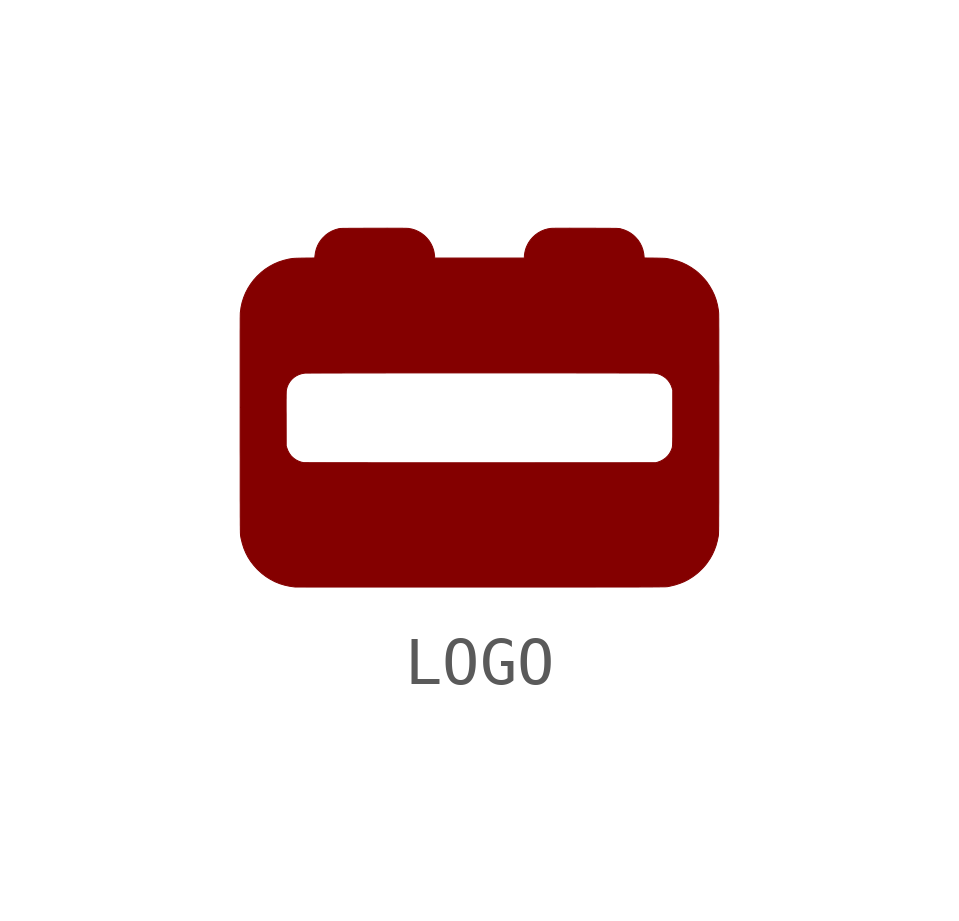
<source format=kicad_sym>
(kicad_symbol_lib
  (version 20220914)
  (generator "bitmap2component")
  (generator_version "8.0")
  (symbol "LOGO"
    (pin_names
      (offset 1.016))
    (property "Reference" "#G"
      (at 0 3.117 0)
      (effects (font (size 1.27 1.27)) hide))
    (symbol "LOGO_0_0"
      (polyline (pts (xy -0.356 -3.74) (xy -0.169 -3.74) (xy 0.021 -3.74) (xy 0.129 -3.74) (xy 0.353 -3.74) (xy 0.568 -3.74) (xy 0.774 -3.74) (xy 0.972 -3.74) (xy 1.161 -3.74) (xy 1.341 -3.74) (xy 1.514 -3.74) (xy 1.678 -3.74) (xy 1.835 -3.74) (xy 1.984 -3.74) (xy 2.126 -3.74) (xy 2.261 -3.74) (xy 2.388 -3.74) (xy 2.509 -3.739) (xy 2.623 -3.739) (xy 2.731 -3.739) (xy 2.833 -3.739) (xy 2.929 -3.739) (xy 3.018 -3.739) (xy 3.102 -3.739) (xy 3.181 -3.739) (xy 3.254 -3.739) (xy 3.322 -3.739) (xy 3.385 -3.738) (xy 3.444 -3.738) (xy 3.498 -3.738) (xy 3.548 -3.738) (xy 3.593 -3.738) (xy 3.635 -3.737) (xy 3.673 -3.737) (xy 3.707 -3.737) (xy 3.738 -3.737) (xy 3.765 -3.736) (xy 3.79 -3.736) (xy 3.812 -3.736) (xy 3.831 -3.736) (xy 3.848 -3.735) (xy 3.862 -3.735) (xy 3.874 -3.735) (xy 3.885 -3.734) (xy 3.894 -3.734) (xy 3.901 -3.733) (xy 3.907 -3.733) (xy 3.912 -3.732) (xy 3.916 -3.732) (xy 3.919 -3.732) (xy 3.975 -3.721) (xy 4.079 -3.696) (xy 4.178 -3.664) (xy 4.272 -3.626) (xy 4.361 -3.579) (xy 4.447 -3.525) (xy 4.531 -3.462) (xy 4.55 -3.446) (xy 4.58 -3.419) (xy 4.612 -3.388) (xy 4.645 -3.356) (xy 4.676 -3.323) (xy 4.703 -3.292) (xy 4.725 -3.265) (xy 4.749 -3.233) (xy 4.807 -3.148) (xy 4.856 -3.061) (xy 4.897 -2.971) (xy 4.932 -2.876) (xy 4.959 -2.776) (xy 4.981 -2.67) (xy 4.981 -2.668) (xy 4.981 -2.664) (xy 4.982 -2.659) (xy 4.983 -2.652) (xy 4.983 -2.644) (xy 4.984 -2.635) (xy 4.984 -2.623) (xy 4.984 -2.61) (xy 4.985 -2.594) (xy 4.985 -2.575) (xy 4.986 -2.554) (xy 4.986 -2.529) (xy 4.986 -2.501) (xy 4.987 -2.469) (xy 4.987 -2.434) (xy 4.987 -2.394) (xy 4.987 -2.35) (xy 4.987 -2.301) (xy 4.988 -2.248) (xy 4.988 -2.189) (xy 4.988 -2.125) (xy 4.988 -2.055) (xy 4.989 -1.979) (xy 4.989 -1.897) (xy 4.989 -1.809) (xy 4.989 -1.715) (xy 4.989 -1.613) (xy 4.989 -1.504) (xy 4.989 -1.388) (xy 4.989 -1.264) (xy 4.989 -1.133) (xy 4.99 -0.993) (xy 4.99 -0.845) (xy 4.99 -0.689) (xy 4.99 -0.523) (xy 4.99 -0.348) (xy 4.99 -0.243) (xy 4.99 -0.058) (xy 4.99 0.117) (xy 4.99 0.283) (xy 4.99 0.441) (xy 4.991 0.59) (xy 4.991 0.73) (xy 4.991 0.862) (xy 4.99 0.986) (xy 4.99 1.101) (xy 4.99 1.209) (xy 4.99 1.309) (xy 4.99 1.402) (xy 4.99 1.487) (xy 4.99 1.565) (xy 4.99 1.635) (xy 4.989 1.699) (xy 4.989 1.756) (xy 4.989 1.806) (xy 4.989 1.85) (xy 4.988 1.887) (xy 4.988 1.918) (xy 4.988 1.943) (xy 4.987 1.962) (xy 4.987 1.976) (xy 4.986 1.983) (xy 4.981 2.035) (xy 4.962 2.141) (xy 4.935 2.244) (xy 4.899 2.344) (xy 4.853 2.441) (xy 4.799 2.535) (xy 4.737 2.627) (xy 4.727 2.639) (xy 4.698 2.674) (xy 4.664 2.711) (xy 4.628 2.749) (xy 4.591 2.785) (xy 4.556 2.818) (xy 4.523 2.845) (xy 4.504 2.86) (xy 4.414 2.923) (xy 4.321 2.977) (xy 4.224 3.023) (xy 4.124 3.06) (xy 4.019 3.088) (xy 3.91 3.109) (xy 3.909 3.109) (xy 3.893 3.111) (xy 3.873 3.113) (xy 3.85 3.114) (xy 3.822 3.115) (xy 3.789 3.116) (xy 3.749 3.117) (xy 3.701 3.118) (xy 3.646 3.119) (xy 3.434 3.121) (xy 3.431 3.159) (xy 3.424 3.217) (xy 3.407 3.292) (xy 3.382 3.363) (xy 3.349 3.429) (xy 3.308 3.492) (xy 3.257 3.55) (xy 3.212 3.594) (xy 3.152 3.639) (xy 3.088 3.676) (xy 3.018 3.706) (xy 2.942 3.729) (xy 2.938 3.731) (xy 2.932 3.732) (xy 2.926 3.733) (xy 2.919 3.734) (xy 2.911 3.735) (xy 2.901 3.736) (xy 2.889 3.736) (xy 2.874 3.737) (xy 2.856 3.738) (xy 2.834 3.738) (xy 2.808 3.739) (xy 2.777 3.739) (xy 2.741 3.739) (xy 2.699 3.74) (xy 2.652 3.74) (xy 2.598 3.74) (xy 2.537 3.74) (xy 2.468 3.74) (xy 2.391 3.741) (xy 2.306 3.741) (xy 2.213 3.741) (xy 2.156 3.741) (xy 2.056 3.741) (xy 1.965 3.741) (xy 1.882 3.742) (xy 1.808 3.741) (xy 1.743 3.741) (xy 1.685 3.741) (xy 1.635 3.741) (xy 1.592 3.741) (xy 1.556 3.74) (xy 1.527 3.74) (xy 1.505 3.739) (xy 1.489 3.738) (xy 1.479 3.737) (xy 1.425 3.728) (xy 1.353 3.708) (xy 1.286 3.68) (xy 1.222 3.644) (xy 1.163 3.601) (xy 1.109 3.551) (xy 1.061 3.495) (xy 1.02 3.434) (xy 0.987 3.368) (xy 0.972 3.332) (xy 0.957 3.284) (xy 0.946 3.235) (xy 0.938 3.188) (xy 0.936 3.147) (xy 0.936 3.12) (xy 0 3.12) (xy -0.935 3.12) (xy -0.935 3.147) (xy -0.936 3.166) (xy -0.94 3.195) (xy -0.945 3.228) (xy -0.951 3.261) (xy -0.959 3.291) (xy -0.982 3.358) (xy -1.014 3.423) (xy -1.053 3.485) (xy -1.099 3.54) (xy -1.151 3.591) (xy -1.209 3.635) (xy -1.271 3.672) (xy -1.337 3.702) (xy -1.407 3.724) (xy -1.479 3.737) (xy -1.484 3.738) (xy -1.497 3.739) (xy -1.516 3.739) (xy -1.542 3.74) (xy -1.574 3.74) (xy -1.614 3.741) (xy -1.66 3.741) (xy -1.714 3.741) (xy -1.777 3.741) (xy -1.847 3.741) (xy -1.925 3.742) (xy -2.012 3.741) (xy -2.108 3.741) (xy -2.212 3.741) (xy -2.296 3.741) (xy -2.381 3.741) (xy -2.459 3.74) (xy -2.529 3.74) (xy -2.591 3.74) (xy -2.645 3.74) (xy -2.694 3.74) (xy -2.736 3.739) (xy -2.773 3.739) (xy -2.804 3.739) (xy -2.831 3.738) (xy -2.853 3.738) (xy -2.872 3.737) (xy -2.887 3.737) (xy -2.9 3.736) (xy -2.91 3.735) (xy -2.918 3.734) (xy -2.925 3.733) (xy -2.931 3.732) (xy -2.937 3.731) (xy -2.942 3.729) (xy -3.006 3.711) (xy -3.077 3.682) (xy -3.142 3.646) (xy -3.202 3.602) (xy -3.257 3.55) (xy -3.295 3.508) (xy -3.339 3.446) (xy -3.374 3.381) (xy -3.401 3.312) (xy -3.42 3.238) (xy -3.431 3.159) (xy -3.434 3.121) (xy -3.646 3.119) (xy -3.65 3.119) (xy -3.705 3.118) (xy -3.752 3.117) (xy -3.792 3.116) (xy -3.825 3.115) (xy -3.852 3.114) (xy -3.875 3.112) (xy -3.894 3.111) (xy -3.91 3.109) (xy -3.976 3.098) (xy -4.082 3.072) (xy -4.184 3.039) (xy -4.282 2.997) (xy -4.375 2.947) (xy -4.465 2.889) (xy -4.55 2.822) (xy -4.631 2.746) (xy -4.635 2.743) (xy -4.707 2.663) (xy -4.771 2.578) (xy -4.828 2.488) (xy -4.877 2.394) (xy -4.917 2.296) (xy -4.949 2.195) (xy -4.972 2.09) (xy -4.986 1.983) (xy -4.987 1.979) (xy -4.987 1.968) (xy -4.987 1.951) (xy -4.988 1.929) (xy -4.988 1.9) (xy -4.989 1.866) (xy -4.989 1.825) (xy -4.989 1.777) (xy -4.989 1.724) (xy -4.989 1.663) (xy -4.99 1.595) (xy -4.99 1.521) (xy -4.99 1.439) (xy -4.99 1.35) (xy -4.99 1.253) (xy -4.99 1.149) (xy -4.99 1.037) (xy -4.99 0.917) (xy -4.99 0.789) (xy -4.99 0.652) (xy -4.99 0.508) (xy -4.99 0.354) (xy -4.99 0.192) (xy -4.99 0.021) (xy -4.99 0.007) (xy -4.032 0.007) (xy -4.032 0.066) (xy -4.032 0.118) (xy -4.032 0.163) (xy -4.031 0.202) (xy -4.031 0.235) (xy -4.031 0.264) (xy -4.03 0.288) (xy -4.03 0.308) (xy -4.029 0.324) (xy -4.029 0.338) (xy -4.028 0.349) (xy -4.027 0.358) (xy -4.026 0.366) (xy -4.025 0.373) (xy -4.024 0.38) (xy -4.009 0.435) (xy -3.985 0.491) (xy -3.953 0.543) (xy -3.915 0.589) (xy -3.87 0.63) (xy -3.821 0.663) (xy -3.766 0.69) (xy -3.707 0.709) (xy -3.644 0.72) (xy -3.642 0.72) (xy -3.63 0.721) (xy -3.609 0.721) (xy -3.58 0.721) (xy -3.542 0.721) (xy -3.496 0.722) (xy -3.442 0.722) (xy -3.381 0.722) (xy -3.313 0.722) (xy -3.237 0.723) (xy -3.155 0.723) (xy -3.066 0.723) (xy -2.971 0.723) (xy -2.87 0.723) (xy -2.764 0.724) (xy -2.652 0.724) (xy -2.535 0.724) (xy -2.413 0.724) (xy -2.287 0.724) (xy -2.157 0.724) (xy -2.023 0.724) (xy -1.885 0.725) (xy -1.743 0.725) (xy -1.599 0.725) (xy -1.451 0.725) (xy -1.301 0.725) (xy -1.149 0.725) (xy -0.995 0.725) (xy -0.839 0.725) (xy -0.681 0.725) (xy -0.523 0.725) (xy -0.363 0.725) (xy -0.203 0.725) (xy -0.043 0.725) (xy 0.118 0.725) (xy 0.279 0.725) (xy 0.438 0.725) (xy 0.598 0.725) (xy 0.756 0.725) (xy 0.912 0.725) (xy 1.068 0.725) (xy 1.221 0.725) (xy 1.372 0.725) (xy 1.521 0.725) (xy 1.667 0.725) (xy 1.81 0.725) (xy 1.95 0.725) (xy 2.086 0.724) (xy 2.219 0.724) (xy 2.347 0.724) (xy 2.471 0.724) (xy 2.591 0.724) (xy 2.705 0.724) (xy 2.815 0.724) (xy 2.918 0.723) (xy 3.017 0.723) (xy 3.108 0.723) (xy 3.194 0.723) (xy 3.273 0.723) (xy 3.346 0.722) (xy 3.411 0.722) (xy 3.469 0.722) (xy 3.519 0.722) (xy 3.561 0.721) (xy 3.595 0.721) (xy 3.62 0.721) (xy 3.636 0.721) (xy 3.644 0.72) (xy 3.674 0.716) (xy 3.711 0.709) (xy 3.746 0.698) (xy 3.783 0.683) (xy 3.837 0.653) (xy 3.887 0.616) (xy 3.93 0.572) (xy 3.967 0.522) (xy 3.997 0.466) (xy 4.019 0.404) (xy 4.03 0.367) (xy 4.03 -0.213) (xy 4.03 -0.297) (xy 4.03 -0.376) (xy 4.03 -0.446) (xy 4.03 -0.508) (xy 4.03 -0.563) (xy 4.03 -0.611) (xy 4.029 -0.653) (xy 4.029 -0.689) (xy 4.028 -0.72) (xy 4.027 -0.747) (xy 4.027 -0.769) (xy 4.025 -0.788) (xy 4.024 -0.804) (xy 4.022 -0.817) (xy 4.02 -0.828) (xy 4.018 -0.838) (xy 4.015 -0.847) (xy 4.012 -0.855) (xy 4.009 -0.864) (xy 4.005 -0.873) (xy 4.001 -0.883) (xy 3.991 -0.906) (xy 3.961 -0.96) (xy 3.923 -1.008) (xy 3.879 -1.05) (xy 3.828 -1.086) (xy 3.772 -1.116) (xy 3.712 -1.138) (xy 3.674 -1.148) (xy 0.016 -1.149) (xy -0.07 -1.149) (xy -0.254 -1.149) (xy -0.435 -1.149) (xy -0.614 -1.149) (xy -0.79 -1.149) (xy -0.963 -1.149) (xy -1.133 -1.149) (xy -1.3 -1.149) (xy -1.462 -1.149) (xy -1.621 -1.149) (xy -1.776 -1.149) (xy -1.926 -1.149) (xy -2.072 -1.149) (xy -2.212 -1.149) (xy -2.348 -1.148) (xy -2.479 -1.148) (xy -2.603 -1.148) (xy -2.723 -1.148) (xy -2.836 -1.148) (xy -2.943 -1.148) (xy -3.044 -1.148) (xy -3.138 -1.148) (xy -3.225 -1.147) (xy -3.305 -1.147) (xy -3.378 -1.147) (xy -3.443 -1.147) (xy -3.5 -1.147) (xy -3.55 -1.147) (xy -3.591 -1.146) (xy -3.623 -1.146) (xy -3.647 -1.146) (xy -3.663 -1.146) (xy -3.669 -1.146) (xy -3.719 -1.135) (xy -3.773 -1.115) (xy -3.825 -1.089) (xy -3.872 -1.056) (xy -3.913 -1.019) (xy -3.926 -1.006) (xy -3.963 -0.956) (xy -3.993 -0.901) (xy -4.017 -0.839) (xy -4.03 -0.797) (xy -4.031 -0.23) (xy -4.031 -0.218) (xy -4.031 -0.135) (xy -4.032 -0.06) (xy -4.032 0.007) (xy -4.99 0.007) (xy -4.99 -0.159) (xy -4.99 -0.348) (xy -4.99 -0.424) (xy -4.99 -0.595) (xy -4.99 -0.757) (xy -4.99 -0.91) (xy -4.989 -1.054) (xy -4.989 -1.19) (xy -4.989 -1.318) (xy -4.989 -1.439) (xy -4.989 -1.552) (xy -4.989 -1.657) (xy -4.989 -1.756) (xy -4.989 -1.848) (xy -4.989 -1.933) (xy -4.988 -2.012) (xy -4.988 -2.085) (xy -4.988 -2.153) (xy -4.988 -2.215) (xy -4.988 -2.271) (xy -4.987 -2.322) (xy -4.987 -2.369) (xy -4.987 -2.411) (xy -4.987 -2.449) (xy -4.986 -2.483) (xy -4.986 -2.513) (xy -4.986 -2.54) (xy -4.985 -2.563) (xy -4.985 -2.583) (xy -4.985 -2.601) (xy -4.984 -2.616) (xy -4.984 -2.628) (xy -4.983 -2.639) (xy -4.983 -2.648) (xy -4.982 -2.655) (xy -4.982 -2.661) (xy -4.981 -2.666) (xy -4.981 -2.67) (xy -4.971 -2.724) (xy -4.945 -2.83) (xy -4.913 -2.931) (xy -4.873 -3.027) (xy -4.826 -3.117) (xy -4.771 -3.203) (xy -4.707 -3.286) (xy -4.636 -3.365) (xy -4.614 -3.386) (xy -4.534 -3.459) (xy -4.448 -3.524) (xy -4.357 -3.581) (xy -4.263 -3.63) (xy -4.164 -3.67) (xy -4.062 -3.701) (xy -3.956 -3.724) (xy -3.847 -3.739) (xy -3.847 -3.739) (xy -3.838 -3.739) (xy -3.821 -3.739) (xy -3.794 -3.739) (xy -3.759 -3.739) (xy -3.716 -3.739) (xy -3.664 -3.739) (xy -3.605 -3.74) (xy -3.537 -3.74) (xy -3.462 -3.74) (xy -3.38 -3.74) (xy -3.291 -3.74) (xy -3.195 -3.74) (xy -3.092 -3.74) (xy -2.983 -3.74) (xy -2.868 -3.74) (xy -2.746 -3.74) (xy -2.619 -3.74) (xy -2.486 -3.74) (xy -2.348 -3.74) (xy -2.205 -3.74) (xy -2.057 -3.74) (xy -1.904 -3.74) (xy -1.747 -3.74) (xy -1.586 -3.74) (xy -1.42 -3.74) (xy -1.251 -3.74) (xy -1.078 -3.74) (xy -0.902 -3.74) (xy -0.723 -3.74) (xy -0.541 -3.74) (xy -0.356 -3.74)) (stroke (width 0.01) (type default)) (fill (type outline))))))
</source>
